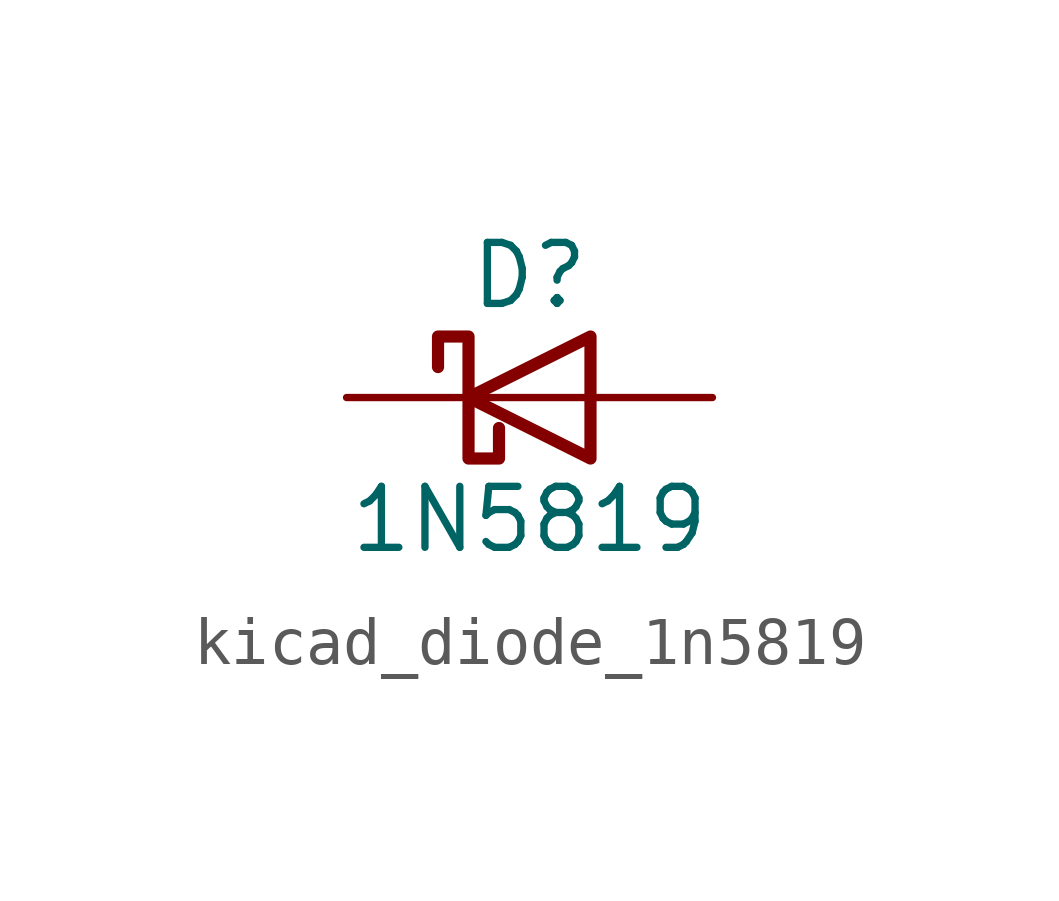
<source format=kicad_sym>
(kicad_symbol_lib
  (version 20220914)
  (generator kicad_symbol_editor)
  (symbol "kicad_diode_1n5819"
    (pin_numbers hide)
    (pin_names
      (offset 1.016) hide)
    (property "Reference" "D"
      (at 0 2.54 0)
      (effects (font (size 1.27 1.27))))
    (property "Value" "1N5819"
      (at 0 -2.54 0)
      (effects (font (size 1.27 1.27))))
    (symbol "kicad_diode_1n5819_0_1"
      (polyline (pts (xy 1.27 0) (xy -1.27 0)) (stroke (width 0) (type default)) (fill (type none)))
      (polyline (pts (xy 1.27 1.27) (xy 1.27 -1.27) (xy -1.27 0) (xy 1.27 1.27)) (stroke (width 0.254) (type default)) (fill (type none)))
      (polyline (pts (xy -1.905 0.635) (xy -1.905 1.27) (xy -1.27 1.27) (xy -1.27 -1.27) (xy -0.635 -1.27) (xy -0.635 -0.635)) (stroke (width 0.254) (type default)) (fill (type none))))
    (symbol "kicad_diode_1n5819_1_1"
      (pin passive line (at -3.81 0 0) (length 2.54) (name "K" (effects (font (size 1.27 1.27)))) (number "1" (effects (font (size 1.27 1.27)))))
      (pin passive line (at 3.81 0 180) (length 2.54) (name "A" (effects (font (size 1.27 1.27)))) (number "2" (effects (font (size 1.27 1.27))))))))
</source>
